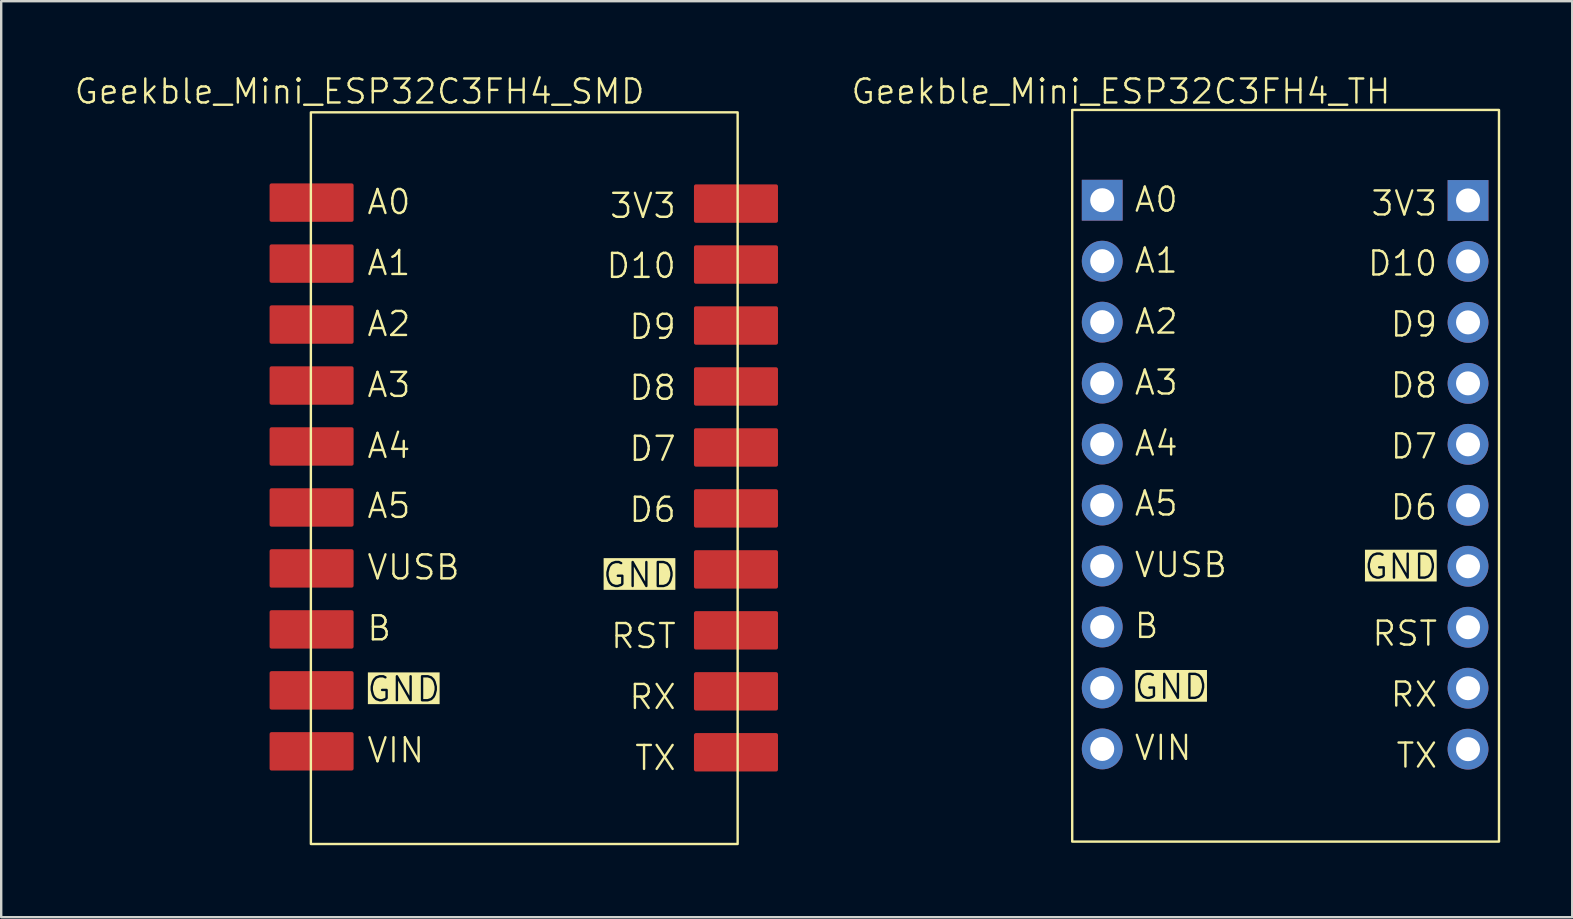
<source format=kicad_pcb>
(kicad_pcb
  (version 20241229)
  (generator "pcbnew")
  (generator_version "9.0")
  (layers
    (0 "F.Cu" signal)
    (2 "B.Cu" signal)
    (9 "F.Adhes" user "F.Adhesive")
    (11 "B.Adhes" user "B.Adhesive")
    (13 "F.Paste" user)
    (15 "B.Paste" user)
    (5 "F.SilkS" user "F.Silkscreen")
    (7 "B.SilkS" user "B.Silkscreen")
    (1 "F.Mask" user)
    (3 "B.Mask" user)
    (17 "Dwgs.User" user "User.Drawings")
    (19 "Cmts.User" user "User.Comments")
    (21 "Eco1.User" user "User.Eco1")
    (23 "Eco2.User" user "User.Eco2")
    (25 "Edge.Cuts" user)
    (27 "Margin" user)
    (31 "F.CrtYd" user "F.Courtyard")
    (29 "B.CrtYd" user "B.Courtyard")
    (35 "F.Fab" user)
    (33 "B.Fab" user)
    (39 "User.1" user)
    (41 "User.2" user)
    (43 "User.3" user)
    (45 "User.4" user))
  (footprint "Geekble_Mini_ESP32C3FH4_SMD"
    (layer "F.Cu")
    (at 18.681 15.861)
    (property "Reference" "Geekble_Mini_ESP32C3FH4_SMD" (at -6.75 -15.1 0) (unlocked yes) (layer "F.SilkS") (effects (font (size 1 1) (thickness 0.1))))
    (attr smd)
    (fp_rect (start -8.78 -14.23) (end 9 16.25) (stroke (width 0.1) (type default)) (fill no) (layer "F.SilkS"))
    (fp_text user "TX" (at 6.5 13.25 0) (unlocked yes) (layer "F.SilkS") (effects (font (size 1 1) (thickness 0.1)) (justify right bottom)))
    (fp_text user "GND" (at -6.5 10.389 0) (unlocked yes) (layer "F.SilkS" knockout) (effects (font (size 1 1) (thickness 0.1)) (justify left bottom)))
    (fp_text user "A0" (at -6.5 -9.91 0) (unlocked yes) (layer "F.SilkS") (effects (font (size 1 1) (thickness 0.1)) (justify left bottom)))
    (fp_text user "GND" (at 6.5 5.63 0) (unlocked yes) (layer "F.SilkS" knockout) (effects (font (size 1 1) (thickness 0.1)) (justify right bottom)))
    (fp_text user "A2" (at -6.5 -4.83 0) (unlocked yes) (layer "F.SilkS") (effects (font (size 1 1) (thickness 0.1)) (justify left bottom)))
    (fp_text user "A1" (at -6.5 -7.37 0) (unlocked yes) (layer "F.SilkS") (effects (font (size 1 1) (thickness 0.1)) (justify left bottom)))
    (fp_text user "B" (at -6.5 7.849 0) (unlocked yes) (layer "F.SilkS") (effects (font (size 1 1) (thickness 0.1)) (justify left bottom)))
    (fp_text user "VUSB" (at -6.5 5.309 0) (unlocked yes) (layer "F.SilkS") (effects (font (size 1 1) (thickness 0.1)) (justify left bottom)))
    (fp_text user "3V3" (at 6.5 -9.75 0) (unlocked yes) (layer "F.SilkS") (effects (font (size 1 1) (thickness 0.1)) (justify right bottom)))
    (fp_text user "RST" (at 6.5 8.17 0) (unlocked yes) (layer "F.SilkS") (effects (font (size 1 1) (thickness 0.1)) (justify right bottom)))
    (fp_text user "RX" (at 6.5 10.71 0) (unlocked yes) (layer "F.SilkS") (effects (font (size 1 1) (thickness 0.1)) (justify right bottom)))
    (fp_text user "VIN" (at -6.5 12.93 0) (unlocked yes) (layer "F.SilkS") (effects (font (size 1 1) (thickness 0.1)) (justify left bottom)))
    (fp_text user "D8" (at 6.5 -2.17 0) (unlocked yes) (layer "F.SilkS") (effects (font (size 1 1) (thickness 0.1)) (justify right bottom)))
    (fp_text user "D6" (at 6.5 2.91 0) (unlocked yes) (layer "F.SilkS") (effects (font (size 1 1) (thickness 0.1)) (justify right bottom)))
    (fp_text user "D9" (at 6.5 -4.71 0) (unlocked yes) (layer "F.SilkS") (effects (font (size 1 1) (thickness 0.1)) (justify right bottom)))
    (fp_text user "D10" (at 6.5 -7.25 0) (unlocked yes) (layer "F.SilkS") (effects (font (size 1 1) (thickness 0.1)) (justify right bottom)))
    (fp_text user "A3" (at -6.5 -2.29 0) (unlocked yes) (layer "F.SilkS") (effects (font (size 1 1) (thickness 0.1)) (justify left bottom)))
    (fp_text user "A5" (at -6.5 2.75 0) (unlocked yes) (layer "F.SilkS") (effects (font (size 1 1) (thickness 0.1)) (justify left bottom)))
    (fp_text user "D7" (at 6.5 0.37 0) (unlocked yes) (layer "F.SilkS") (effects (font (size 1 1) (thickness 0.1)) (justify right bottom)))
    (fp_text user "A4" (at -6.5 0.25 0) (unlocked yes) (layer "F.SilkS") (effects (font (size 1 1) (thickness 0.1)) (justify left bottom)))
    (pad "1" smd roundrect (at -8.75 -10.47) (size 3.5 1.6) (layers "F.Cu" "F.Mask" "F.Paste") (roundrect_rratio 0.05))
    (pad "2" smd roundrect (at -8.75 -7.93) (size 3.5 1.6) (layers "F.Cu" "F.Mask" "F.Paste") (roundrect_rratio 0.05))
    (pad "3" smd roundrect (at -8.75 -5.39) (size 3.5 1.6) (layers "F.Cu" "F.Mask" "F.Paste") (roundrect_rratio 0.05))
    (pad "4" smd roundrect (at -8.75 -2.85) (size 3.5 1.6) (layers "F.Cu" "F.Mask" "F.Paste") (roundrect_rratio 0.05))
    (pad "5" smd roundrect (at -8.75 -0.31) (size 3.5 1.6) (layers "F.Cu" "F.Mask" "F.Paste") (roundrect_rratio 0.05))
    (pad "6" smd roundrect (at -8.75 2.23) (size 3.5 1.6) (layers "F.Cu" "F.Mask" "F.Paste") (roundrect_rratio 0.05))
    (pad "7" smd roundrect (at -8.75 4.77) (size 3.5 1.6) (layers "F.Cu" "F.Mask" "F.Paste") (roundrect_rratio 0.05))
    (pad "8" smd roundrect (at -8.75 7.31) (size 3.5 1.6) (layers "F.Cu" "F.Mask" "F.Paste") (roundrect_rratio 0.05))
    (pad "9" smd roundrect (at -8.75 9.85) (size 3.5 1.6) (layers "F.Cu" "F.Mask" "F.Paste") (roundrect_rratio 0.05))
    (pad "10" smd roundrect (at -8.75 12.39) (size 3.5 1.6) (layers "F.Cu" "F.Mask" "F.Paste") (roundrect_rratio 0.05))
    (pad "11" smd roundrect (at 8.93 -10.43) (size 3.5 1.6) (layers "F.Cu" "F.Mask" "F.Paste") (roundrect_rratio 0.05))
    (pad "12" smd roundrect (at 8.93 -7.89) (size 3.5 1.6) (layers "F.Cu" "F.Mask" "F.Paste") (roundrect_rratio 0.05))
    (pad "13" smd roundrect (at 8.93 -5.35) (size 3.5 1.6) (layers "F.Cu" "F.Mask" "F.Paste") (roundrect_rratio 0.05))
    (pad "14" smd roundrect (at 8.93 -2.81) (size 3.5 1.6) (layers "F.Cu" "F.Mask" "F.Paste") (roundrect_rratio 0.05))
    (pad "15" smd roundrect (at 8.93 -0.27) (size 3.5 1.6) (layers "F.Cu" "F.Mask" "F.Paste") (roundrect_rratio 0.05))
    (pad "16" smd roundrect (at 8.93 2.27) (size 3.5 1.6) (layers "F.Cu" "F.Mask" "F.Paste") (roundrect_rratio 0.05))
    (pad "17" smd roundrect (at 8.93 4.81) (size 3.5 1.6) (layers "F.Cu" "F.Mask" "F.Paste") (roundrect_rratio 0.05))
    (pad "18" smd roundrect (at 8.93 7.35) (size 3.5 1.6) (layers "F.Cu" "F.Mask" "F.Paste") (roundrect_rratio 0.05))
    (pad "19" smd roundrect (at 8.93 9.89) (size 3.5 1.6) (layers "F.Cu" "F.Mask" "F.Paste") (roundrect_rratio 0.05))
    (pad "20" smd roundrect (at 8.93 12.43) (size 3.5 1.6) (layers "F.Cu" "F.Mask" "F.Paste") (roundrect_rratio 0.05)))
  (footprint "Geekble_Mini_ESP32C3FH4_TH"
    (layer "F.Cu")
    (at 50.399 15.761)
    (property "Reference" "Geekble_Mini_ESP32C3FH4_TH" (at -6.75 -15 0) (unlocked yes) (layer "F.SilkS") (effects (font (size 1 1) (thickness 0.1))))
    (attr smd)
    (fp_rect (start -8.78 -14.23) (end 9 16.25) (stroke (width 0.1) (type default)) (fill no) (layer "F.SilkS"))
    (fp_text user "GND" (at 6.5 5.38 0) (unlocked yes) (layer "F.SilkS" knockout) (effects (font (size 1 1) (thickness 0.1)) (justify right bottom)))
    (fp_text user "D10" (at 6.5 -7.25 0) (unlocked yes) (layer "F.SilkS") (effects (font (size 1 1) (thickness 0.1)) (justify right bottom)))
    (fp_text user "A5" (at -6.25 2.75 0) (unlocked yes) (layer "F.SilkS") (effects (font (size 1 1) (thickness 0.1)) (justify left bottom)))
    (fp_text user "3V3" (at 6.5 -9.75 0) (unlocked yes) (layer "F.SilkS") (effects (font (size 1 1) (thickness 0.1)) (justify right bottom)))
    (fp_text user "D8" (at 6.5 -2.17 0) (unlocked yes) (layer "F.SilkS") (effects (font (size 1 1) (thickness 0.1)) (justify right bottom)))
    (fp_text user "GND" (at -6.25 10.389 0) (unlocked yes) (layer "F.SilkS" knockout) (effects (font (size 1 1) (thickness 0.1)) (justify left bottom)))
    (fp_text user "D6" (at 6.5 2.91 0) (unlocked yes) (layer "F.SilkS") (effects (font (size 1 1) (thickness 0.1)) (justify right bottom)))
    (fp_text user "VUSB" (at -6.25 5.309 0) (unlocked yes) (layer "F.SilkS") (effects (font (size 1 1) (thickness 0.1)) (justify left bottom)))
    (fp_text user "TX" (at 6.5 13.25 0) (unlocked yes) (layer "F.SilkS") (effects (font (size 1 1) (thickness 0.1)) (justify right bottom)))
    (fp_text user "VIN" (at -6.25 12.93 0) (unlocked yes) (layer "F.SilkS") (effects (font (size 1 1) (thickness 0.1)) (justify left bottom)))
    (fp_text user "A4" (at -6.25 0.25 0) (unlocked yes) (layer "F.SilkS") (effects (font (size 1 1) (thickness 0.1)) (justify left bottom)))
    (fp_text user "A2" (at -6.25 -4.83 0) (unlocked yes) (layer "F.SilkS") (effects (font (size 1 1) (thickness 0.1)) (justify left bottom)))
    (fp_text user "B" (at -6.25 7.849 0) (unlocked yes) (layer "F.SilkS") (effects (font (size 1 1) (thickness 0.1)) (justify left bottom)))
    (fp_text user "RX" (at 6.5 10.71 0) (unlocked yes) (layer "F.SilkS") (effects (font (size 1 1) (thickness 0.1)) (justify right bottom)))
    (fp_text user "D9" (at 6.5 -4.71 0) (unlocked yes) (layer "F.SilkS") (effects (font (size 1 1) (thickness 0.1)) (justify right bottom)))
    (fp_text user "A1" (at -6.25 -7.37 0) (unlocked yes) (layer "F.SilkS") (effects (font (size 1 1) (thickness 0.1)) (justify left bottom)))
    (fp_text user "RST" (at 6.5 8.17 0) (unlocked yes) (layer "F.SilkS") (effects (font (size 1 1) (thickness 0.1)) (justify right bottom)))
    (fp_text user "A3" (at -6.25 -2.29 0) (unlocked yes) (layer "F.SilkS") (effects (font (size 1 1) (thickness 0.1)) (justify left bottom)))
    (fp_text user "D7" (at 6.5 0.37 0) (unlocked yes) (layer "F.SilkS") (effects (font (size 1 1) (thickness 0.1)) (justify right bottom)))
    (fp_text user "A0" (at -6.25 -9.91 0) (unlocked yes) (layer "F.SilkS") (effects (font (size 1 1) (thickness 0.1)) (justify left bottom)))
    (pad "1" thru_hole rect (at -7.53 -10.47) (size 1.7 1.7) (drill 1) (layers "*.Cu" "*.Mask"))
    (pad "2" thru_hole circle (at -7.53 -7.93) (size 1.7 1.7) (drill 1) (layers "*.Cu" "*.Mask"))
    (pad "3" thru_hole circle (at -7.53 -5.39) (size 1.7 1.7) (drill 1) (layers "*.Cu" "*.Mask"))
    (pad "4" thru_hole circle (at -7.53 -2.85) (size 1.7 1.7) (drill 1) (layers "*.Cu" "*.Mask"))
    (pad "5" thru_hole circle (at -7.53 -0.31) (size 1.7 1.7) (drill 1) (layers "*.Cu" "*.Mask"))
    (pad "6" thru_hole circle (at -7.53 2.23) (size 1.7 1.7) (drill 1) (layers "*.Cu" "*.Mask"))
    (pad "7" thru_hole circle (at -7.53 4.77) (size 1.7 1.7) (drill 1) (layers "*.Cu" "*.Mask"))
    (pad "8" thru_hole circle (at -7.53 7.31) (size 1.7 1.7) (drill 1) (layers "*.Cu" "*.Mask"))
    (pad "9" thru_hole circle (at -7.53 9.85) (size 1.7 1.7) (drill 1) (layers "*.Cu" "*.Mask"))
    (pad "10" thru_hole circle (at -7.53 12.39) (size 1.7 1.7) (drill 1) (layers "*.Cu" "*.Mask"))
    (pad "11" thru_hole rect (at 7.71 -10.46) (size 1.7 1.7) (drill 1) (layers "*.Cu" "*.Mask"))
    (pad "12" thru_hole circle (at 7.71 -7.92) (size 1.7 1.7) (drill 1) (layers "*.Cu" "*.Mask"))
    (pad "13" thru_hole circle (at 7.71 -5.38) (size 1.7 1.7) (drill 1) (layers "*.Cu" "*.Mask"))
    (pad "14" thru_hole circle (at 7.71 -2.84) (size 1.7 1.7) (drill 1) (layers "*.Cu" "*.Mask"))
    (pad "15" thru_hole circle (at 7.71 -0.3) (size 1.7 1.7) (drill 1) (layers "*.Cu" "*.Mask"))
    (pad "16" thru_hole circle (at 7.71 2.24) (size 1.7 1.7) (drill 1) (layers "*.Cu" "*.Mask"))
    (pad "17" thru_hole circle (at 7.71 4.78) (size 1.7 1.7) (drill 1) (layers "*.Cu" "*.Mask"))
    (pad "18" thru_hole circle (at 7.71 7.32) (size 1.7 1.7) (drill 1) (layers "*.Cu" "*.Mask"))
    (pad "19" thru_hole circle (at 7.71 9.86) (size 1.7 1.7) (drill 1) (layers "*.Cu" "*.Mask"))
    (pad "20" thru_hole circle (at 7.71 12.4) (size 1.7 1.7) (drill 1) (layers "*.Cu" "*.Mask")))
  (gr_rect
    (start -3 -3)
    (end 62.449 35.16)
    (stroke (width 0.1) (type default))
    (fill no)
    (layer "Edge.Cuts")))
</source>
